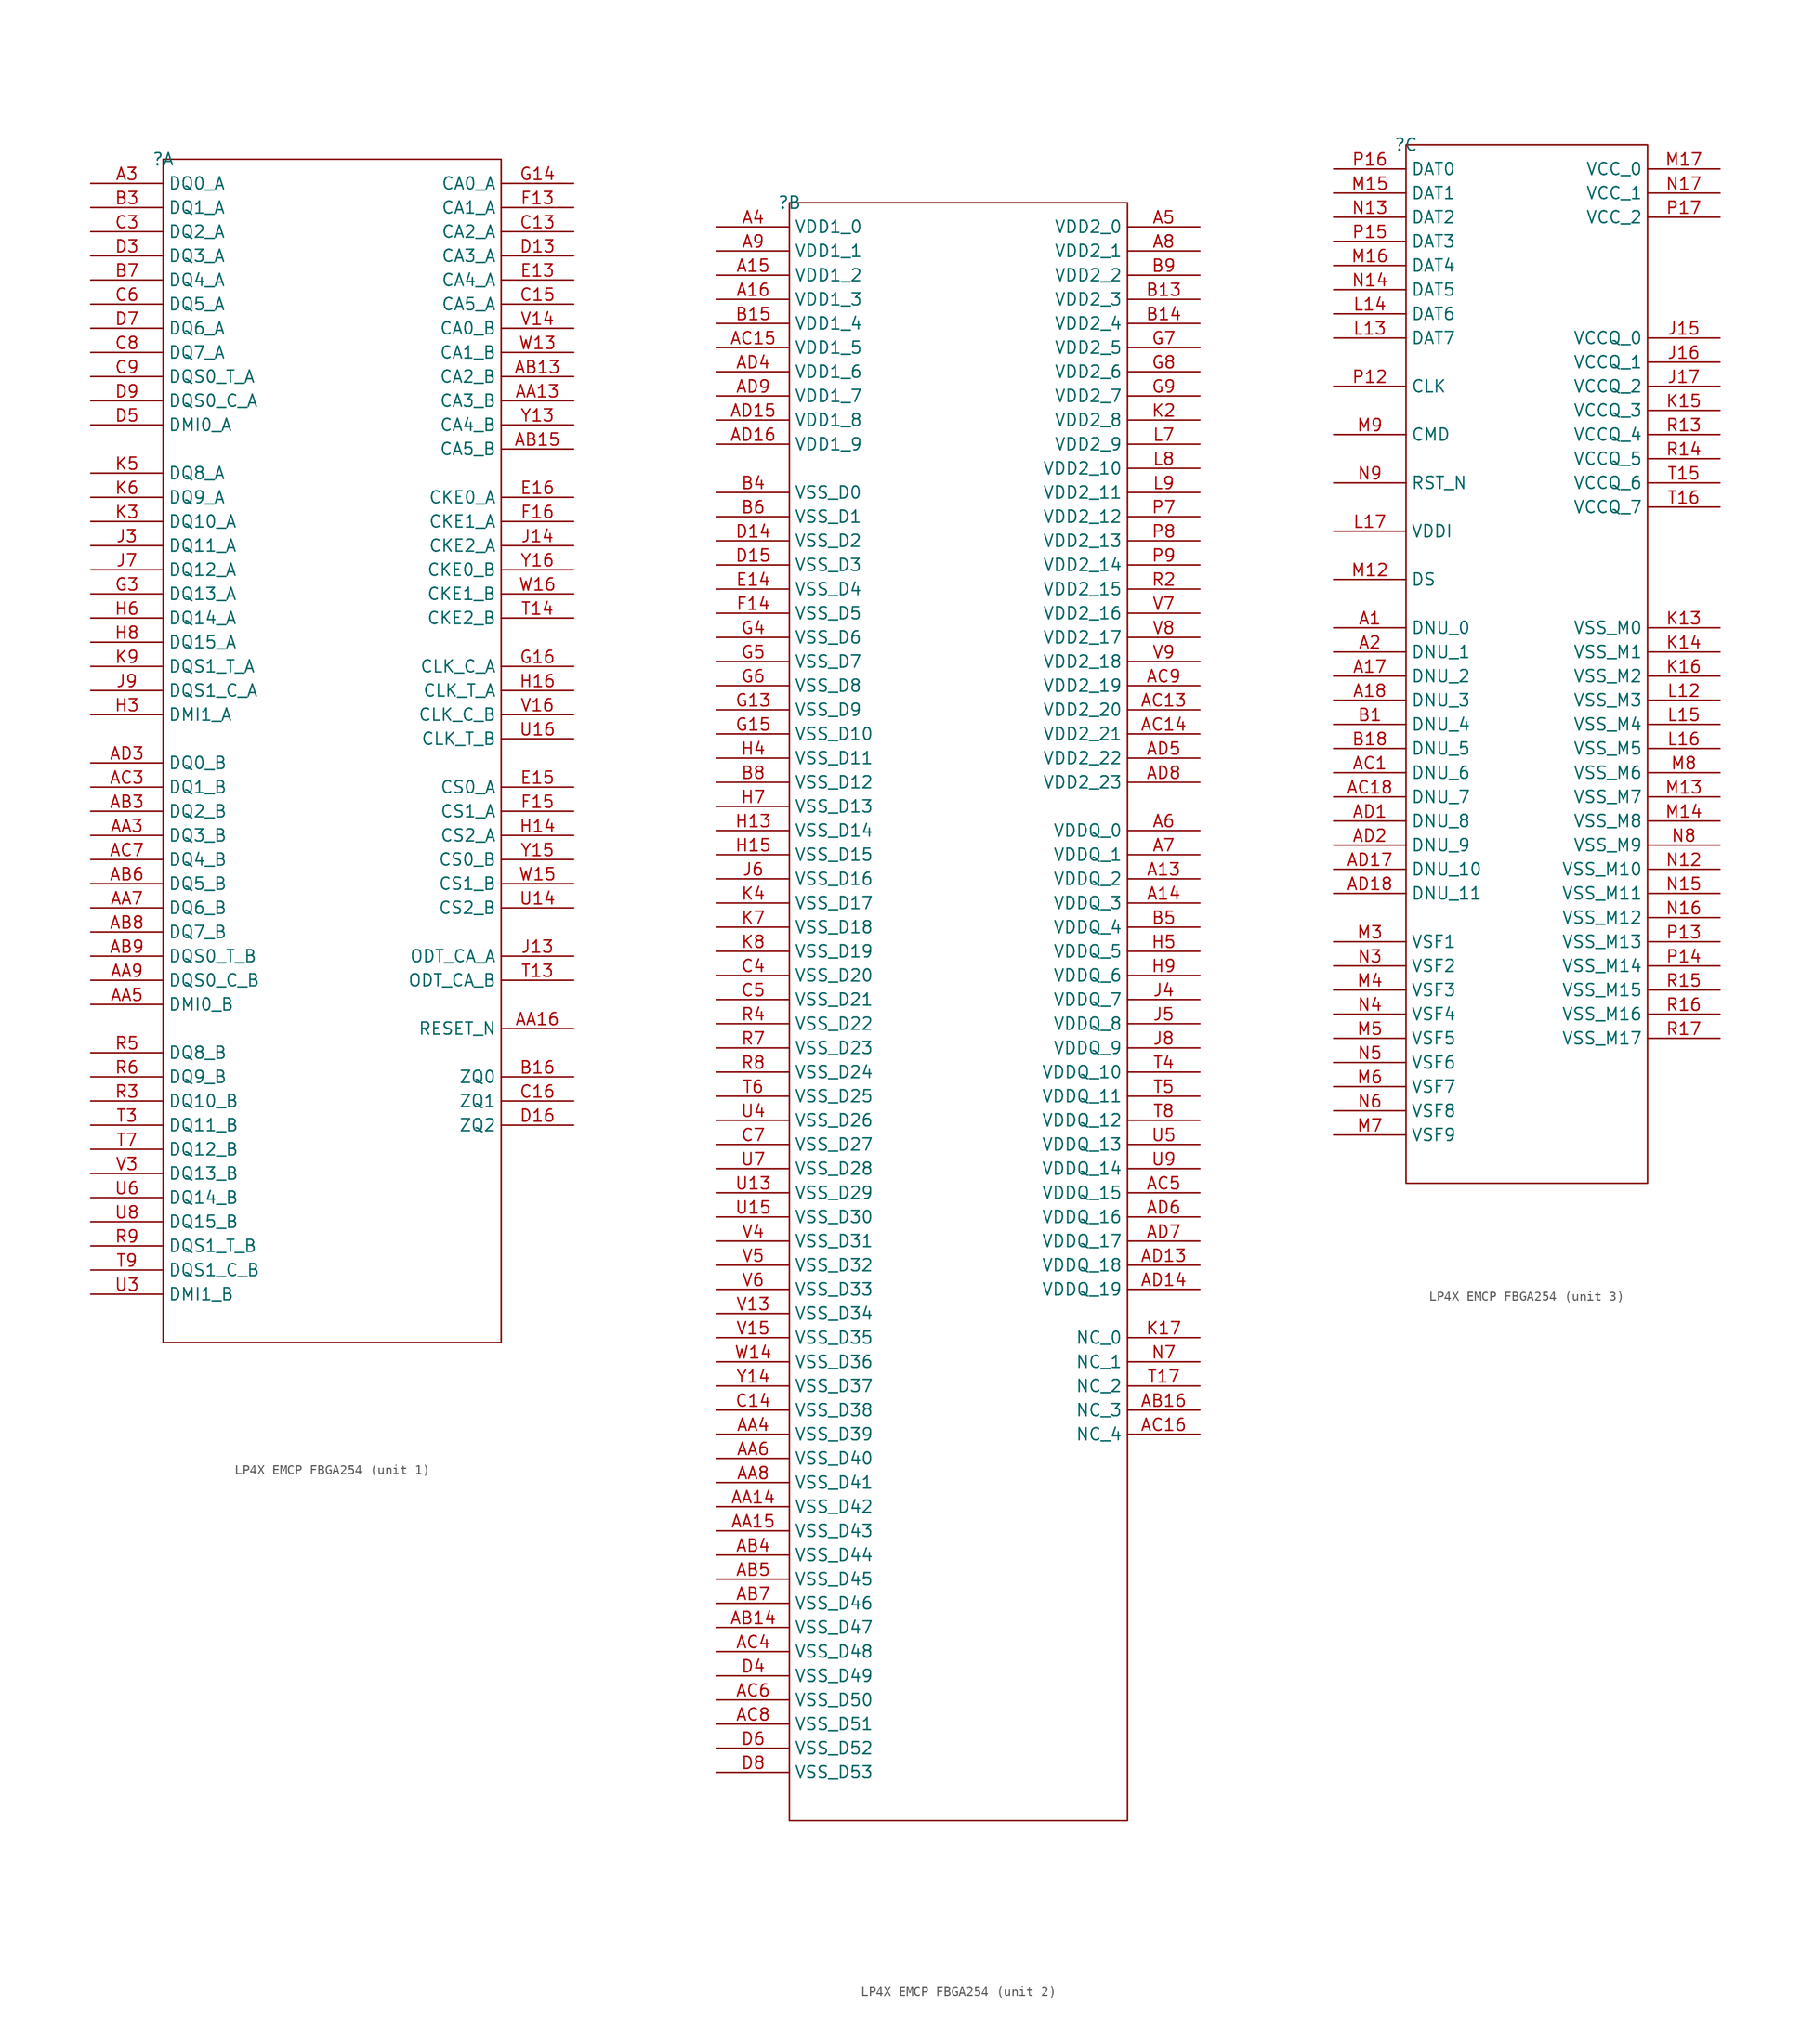
<source format=kicad_sym>
(kicad_symbol_lib
  (version 20231120)
  (generator "kicad_symbol_editor")
  (generator_version "8.0")
  (symbol "LP4X EMCP FBGA254"
    (property "Reference" ""
      (at 0 0 0)
      (effects (font (size 1.27 1.27))))
    (property "Value" ""
      (at 0 0 0)
      (effects (font (size 1.27 1.27))))
    (symbol "LP4X EMCP FBGA254_1_0"
      (rectangle (start 0 -124.46) (end 35.56 0) (stroke (width 0) (type default)) (fill (type none)))
      (pin unspecified line (at -7.62 -2.54 0) (length 7.62) (name "DQ0_A" (effects (font (size 1.27 1.27)))) (number "A3" (effects (font (size 1.27 1.27)))))
      (pin unspecified line (at 43.18 -25.4 180) (length 7.62) (name "CA3_B" (effects (font (size 1.27 1.27)))) (number "AA13" (effects (font (size 1.27 1.27)))))
      (pin unspecified line (at 43.18 -91.44 180) (length 7.62) (name "RESET_N" (effects (font (size 1.27 1.27)))) (number "AA16" (effects (font (size 1.27 1.27)))))
      (pin unspecified line (at -7.62 -71.12 0) (length 7.62) (name "DQ3_B" (effects (font (size 1.27 1.27)))) (number "AA3" (effects (font (size 1.27 1.27)))))
      (pin unspecified line (at -7.62 -88.9 0) (length 7.62) (name "DMI0_B" (effects (font (size 1.27 1.27)))) (number "AA5" (effects (font (size 1.27 1.27)))))
      (pin unspecified line (at -7.62 -78.74 0) (length 7.62) (name "DQ6_B" (effects (font (size 1.27 1.27)))) (number "AA7" (effects (font (size 1.27 1.27)))))
      (pin unspecified line (at -7.62 -86.36 0) (length 7.62) (name "DQS0_C_B" (effects (font (size 1.27 1.27)))) (number "AA9" (effects (font (size 1.27 1.27)))))
      (pin unspecified line (at 43.18 -22.86 180) (length 7.62) (name "CA2_B" (effects (font (size 1.27 1.27)))) (number "AB13" (effects (font (size 1.27 1.27)))))
      (pin unspecified line (at 43.18 -30.48 180) (length 7.62) (name "CA5_B" (effects (font (size 1.27 1.27)))) (number "AB15" (effects (font (size 1.27 1.27)))))
      (pin unspecified line (at -7.62 -68.58 0) (length 7.62) (name "DQ2_B" (effects (font (size 1.27 1.27)))) (number "AB3" (effects (font (size 1.27 1.27)))))
      (pin unspecified line (at -7.62 -76.2 0) (length 7.62) (name "DQ5_B" (effects (font (size 1.27 1.27)))) (number "AB6" (effects (font (size 1.27 1.27)))))
      (pin unspecified line (at -7.62 -81.28 0) (length 7.62) (name "DQ7_B" (effects (font (size 1.27 1.27)))) (number "AB8" (effects (font (size 1.27 1.27)))))
      (pin unspecified line (at -7.62 -83.82 0) (length 7.62) (name "DQS0_T_B" (effects (font (size 1.27 1.27)))) (number "AB9" (effects (font (size 1.27 1.27)))))
      (pin unspecified line (at -7.62 -66.04 0) (length 7.62) (name "DQ1_B" (effects (font (size 1.27 1.27)))) (number "AC3" (effects (font (size 1.27 1.27)))))
      (pin unspecified line (at -7.62 -73.66 0) (length 7.62) (name "DQ4_B" (effects (font (size 1.27 1.27)))) (number "AC7" (effects (font (size 1.27 1.27)))))
      (pin unspecified line (at -7.62 -63.5 0) (length 7.62) (name "DQ0_B" (effects (font (size 1.27 1.27)))) (number "AD3" (effects (font (size 1.27 1.27)))))
      (pin unspecified line (at 43.18 -96.52 180) (length 7.62) (name "ZQ0" (effects (font (size 1.27 1.27)))) (number "B16" (effects (font (size 1.27 1.27)))))
      (pin unspecified line (at -7.62 -5.08 0) (length 7.62) (name "DQ1_A" (effects (font (size 1.27 1.27)))) (number "B3" (effects (font (size 1.27 1.27)))))
      (pin unspecified line (at -7.62 -12.7 0) (length 7.62) (name "DQ4_A" (effects (font (size 1.27 1.27)))) (number "B7" (effects (font (size 1.27 1.27)))))
      (pin unspecified line (at 43.18 -7.62 180) (length 7.62) (name "CA2_A" (effects (font (size 1.27 1.27)))) (number "C13" (effects (font (size 1.27 1.27)))))
      (pin unspecified line (at 43.18 -15.24 180) (length 7.62) (name "CA5_A" (effects (font (size 1.27 1.27)))) (number "C15" (effects (font (size 1.27 1.27)))))
      (pin unspecified line (at 43.18 -99.06 180) (length 7.62) (name "ZQ1" (effects (font (size 1.27 1.27)))) (number "C16" (effects (font (size 1.27 1.27)))))
      (pin unspecified line (at -7.62 -7.62 0) (length 7.62) (name "DQ2_A" (effects (font (size 1.27 1.27)))) (number "C3" (effects (font (size 1.27 1.27)))))
      (pin unspecified line (at -7.62 -15.24 0) (length 7.62) (name "DQ5_A" (effects (font (size 1.27 1.27)))) (number "C6" (effects (font (size 1.27 1.27)))))
      (pin unspecified line (at -7.62 -20.32 0) (length 7.62) (name "DQ7_A" (effects (font (size 1.27 1.27)))) (number "C8" (effects (font (size 1.27 1.27)))))
      (pin unspecified line (at -7.62 -22.86 0) (length 7.62) (name "DQS0_T_A" (effects (font (size 1.27 1.27)))) (number "C9" (effects (font (size 1.27 1.27)))))
      (pin unspecified line (at 43.18 -10.16 180) (length 7.62) (name "CA3_A" (effects (font (size 1.27 1.27)))) (number "D13" (effects (font (size 1.27 1.27)))))
      (pin unspecified line (at 43.18 -101.6 180) (length 7.62) (name "ZQ2" (effects (font (size 1.27 1.27)))) (number "D16" (effects (font (size 1.27 1.27)))))
      (pin unspecified line (at -7.62 -10.16 0) (length 7.62) (name "DQ3_A" (effects (font (size 1.27 1.27)))) (number "D3" (effects (font (size 1.27 1.27)))))
      (pin unspecified line (at -7.62 -27.94 0) (length 7.62) (name "DMI0_A" (effects (font (size 1.27 1.27)))) (number "D5" (effects (font (size 1.27 1.27)))))
      (pin unspecified line (at -7.62 -17.78 0) (length 7.62) (name "DQ6_A" (effects (font (size 1.27 1.27)))) (number "D7" (effects (font (size 1.27 1.27)))))
      (pin unspecified line (at -7.62 -25.4 0) (length 7.62) (name "DQS0_C_A" (effects (font (size 1.27 1.27)))) (number "D9" (effects (font (size 1.27 1.27)))))
      (pin unspecified line (at 43.18 -12.7 180) (length 7.62) (name "CA4_A" (effects (font (size 1.27 1.27)))) (number "E13" (effects (font (size 1.27 1.27)))))
      (pin unspecified line (at 43.18 -66.04 180) (length 7.62) (name "CS0_A" (effects (font (size 1.27 1.27)))) (number "E15" (effects (font (size 1.27 1.27)))))
      (pin unspecified line (at 43.18 -35.56 180) (length 7.62) (name "CKE0_A" (effects (font (size 1.27 1.27)))) (number "E16" (effects (font (size 1.27 1.27)))))
      (pin unspecified line (at 43.18 -5.08 180) (length 7.62) (name "CA1_A" (effects (font (size 1.27 1.27)))) (number "F13" (effects (font (size 1.27 1.27)))))
      (pin unspecified line (at 43.18 -68.58 180) (length 7.62) (name "CS1_A" (effects (font (size 1.27 1.27)))) (number "F15" (effects (font (size 1.27 1.27)))))
      (pin unspecified line (at 43.18 -38.1 180) (length 7.62) (name "CKE1_A" (effects (font (size 1.27 1.27)))) (number "F16" (effects (font (size 1.27 1.27)))))
      (pin unspecified line (at 43.18 -2.54 180) (length 7.62) (name "CA0_A" (effects (font (size 1.27 1.27)))) (number "G14" (effects (font (size 1.27 1.27)))))
      (pin unspecified line (at 43.18 -53.34 180) (length 7.62) (name "CLK_C_A" (effects (font (size 1.27 1.27)))) (number "G16" (effects (font (size 1.27 1.27)))))
      (pin unspecified line (at -7.62 -45.72 0) (length 7.62) (name "DQ13_A" (effects (font (size 1.27 1.27)))) (number "G3" (effects (font (size 1.27 1.27)))))
      (pin unspecified line (at 43.18 -71.12 180) (length 7.62) (name "CS2_A" (effects (font (size 1.27 1.27)))) (number "H14" (effects (font (size 1.27 1.27)))))
      (pin unspecified line (at 43.18 -55.88 180) (length 7.62) (name "CLK_T_A" (effects (font (size 1.27 1.27)))) (number "H16" (effects (font (size 1.27 1.27)))))
      (pin unspecified line (at -7.62 -58.42 0) (length 7.62) (name "DMI1_A" (effects (font (size 1.27 1.27)))) (number "H3" (effects (font (size 1.27 1.27)))))
      (pin unspecified line (at -7.62 -48.26 0) (length 7.62) (name "DQ14_A" (effects (font (size 1.27 1.27)))) (number "H6" (effects (font (size 1.27 1.27)))))
      (pin unspecified line (at -7.62 -50.8 0) (length 7.62) (name "DQ15_A" (effects (font (size 1.27 1.27)))) (number "H8" (effects (font (size 1.27 1.27)))))
      (pin unspecified line (at 43.18 -83.82 180) (length 7.62) (name "ODT_CA_A" (effects (font (size 1.27 1.27)))) (number "J13" (effects (font (size 1.27 1.27)))))
      (pin unspecified line (at 43.18 -40.64 180) (length 7.62) (name "CKE2_A" (effects (font (size 1.27 1.27)))) (number "J14" (effects (font (size 1.27 1.27)))))
      (pin unspecified line (at -7.62 -40.64 0) (length 7.62) (name "DQ11_A" (effects (font (size 1.27 1.27)))) (number "J3" (effects (font (size 1.27 1.27)))))
      (pin unspecified line (at -7.62 -43.18 0) (length 7.62) (name "DQ12_A" (effects (font (size 1.27 1.27)))) (number "J7" (effects (font (size 1.27 1.27)))))
      (pin unspecified line (at -7.62 -55.88 0) (length 7.62) (name "DQS1_C_A" (effects (font (size 1.27 1.27)))) (number "J9" (effects (font (size 1.27 1.27)))))
      (pin unspecified line (at -7.62 -38.1 0) (length 7.62) (name "DQ10_A" (effects (font (size 1.27 1.27)))) (number "K3" (effects (font (size 1.27 1.27)))))
      (pin unspecified line (at -7.62 -33.02 0) (length 7.62) (name "DQ8_A" (effects (font (size 1.27 1.27)))) (number "K5" (effects (font (size 1.27 1.27)))))
      (pin unspecified line (at -7.62 -35.56 0) (length 7.62) (name "DQ9_A" (effects (font (size 1.27 1.27)))) (number "K6" (effects (font (size 1.27 1.27)))))
      (pin unspecified line (at -7.62 -53.34 0) (length 7.62) (name "DQS1_T_A" (effects (font (size 1.27 1.27)))) (number "K9" (effects (font (size 1.27 1.27)))))
      (pin unspecified line (at -7.62 -99.06 0) (length 7.62) (name "DQ10_B" (effects (font (size 1.27 1.27)))) (number "R3" (effects (font (size 1.27 1.27)))))
      (pin unspecified line (at -7.62 -93.98 0) (length 7.62) (name "DQ8_B" (effects (font (size 1.27 1.27)))) (number "R5" (effects (font (size 1.27 1.27)))))
      (pin unspecified line (at -7.62 -96.52 0) (length 7.62) (name "DQ9_B" (effects (font (size 1.27 1.27)))) (number "R6" (effects (font (size 1.27 1.27)))))
      (pin unspecified line (at -7.62 -114.3 0) (length 7.62) (name "DQS1_T_B" (effects (font (size 1.27 1.27)))) (number "R9" (effects (font (size 1.27 1.27)))))
      (pin unspecified line (at 43.18 -86.36 180) (length 7.62) (name "ODT_CA_B" (effects (font (size 1.27 1.27)))) (number "T13" (effects (font (size 1.27 1.27)))))
      (pin unspecified line (at 43.18 -48.26 180) (length 7.62) (name "CKE2_B" (effects (font (size 1.27 1.27)))) (number "T14" (effects (font (size 1.27 1.27)))))
      (pin unspecified line (at -7.62 -101.6 0) (length 7.62) (name "DQ11_B" (effects (font (size 1.27 1.27)))) (number "T3" (effects (font (size 1.27 1.27)))))
      (pin unspecified line (at -7.62 -104.14 0) (length 7.62) (name "DQ12_B" (effects (font (size 1.27 1.27)))) (number "T7" (effects (font (size 1.27 1.27)))))
      (pin unspecified line (at -7.62 -116.84 0) (length 7.62) (name "DQS1_C_B" (effects (font (size 1.27 1.27)))) (number "T9" (effects (font (size 1.27 1.27)))))
      (pin unspecified line (at 43.18 -78.74 180) (length 7.62) (name "CS2_B" (effects (font (size 1.27 1.27)))) (number "U14" (effects (font (size 1.27 1.27)))))
      (pin unspecified line (at 43.18 -60.96 180) (length 7.62) (name "CLK_T_B" (effects (font (size 1.27 1.27)))) (number "U16" (effects (font (size 1.27 1.27)))))
      (pin unspecified line (at -7.62 -119.38 0) (length 7.62) (name "DMI1_B" (effects (font (size 1.27 1.27)))) (number "U3" (effects (font (size 1.27 1.27)))))
      (pin unspecified line (at -7.62 -109.22 0) (length 7.62) (name "DQ14_B" (effects (font (size 1.27 1.27)))) (number "U6" (effects (font (size 1.27 1.27)))))
      (pin unspecified line (at -7.62 -111.76 0) (length 7.62) (name "DQ15_B" (effects (font (size 1.27 1.27)))) (number "U8" (effects (font (size 1.27 1.27)))))
      (pin unspecified line (at 43.18 -17.78 180) (length 7.62) (name "CA0_B" (effects (font (size 1.27 1.27)))) (number "V14" (effects (font (size 1.27 1.27)))))
      (pin unspecified line (at 43.18 -58.42 180) (length 7.62) (name "CLK_C_B" (effects (font (size 1.27 1.27)))) (number "V16" (effects (font (size 1.27 1.27)))))
      (pin unspecified line (at -7.62 -106.68 0) (length 7.62) (name "DQ13_B" (effects (font (size 1.27 1.27)))) (number "V3" (effects (font (size 1.27 1.27)))))
      (pin unspecified line (at 43.18 -20.32 180) (length 7.62) (name "CA1_B" (effects (font (size 1.27 1.27)))) (number "W13" (effects (font (size 1.27 1.27)))))
      (pin unspecified line (at 43.18 -76.2 180) (length 7.62) (name "CS1_B" (effects (font (size 1.27 1.27)))) (number "W15" (effects (font (size 1.27 1.27)))))
      (pin unspecified line (at 43.18 -45.72 180) (length 7.62) (name "CKE1_B" (effects (font (size 1.27 1.27)))) (number "W16" (effects (font (size 1.27 1.27)))))
      (pin unspecified line (at 43.18 -27.94 180) (length 7.62) (name "CA4_B" (effects (font (size 1.27 1.27)))) (number "Y13" (effects (font (size 1.27 1.27)))))
      (pin unspecified line (at 43.18 -73.66 180) (length 7.62) (name "CS0_B" (effects (font (size 1.27 1.27)))) (number "Y15" (effects (font (size 1.27 1.27)))))
      (pin unspecified line (at 43.18 -43.18 180) (length 7.62) (name "CKE0_B" (effects (font (size 1.27 1.27)))) (number "Y16" (effects (font (size 1.27 1.27))))))
    (symbol "LP4X EMCP FBGA254_2_0"
      (rectangle (start 0 -170.18) (end 35.56 0) (stroke (width 0) (type default)) (fill (type none)))
      (pin unspecified line (at 43.18 -71.12 180) (length 7.62) (name "VDDQ_2" (effects (font (size 1.27 1.27)))) (number "A13" (effects (font (size 1.27 1.27)))))
      (pin unspecified line (at 43.18 -73.66 180) (length 7.62) (name "VDDQ_3" (effects (font (size 1.27 1.27)))) (number "A14" (effects (font (size 1.27 1.27)))))
      (pin unspecified line (at -7.62 -7.62 0) (length 7.62) (name "VDD1_2" (effects (font (size 1.27 1.27)))) (number "A15" (effects (font (size 1.27 1.27)))))
      (pin unspecified line (at -7.62 -10.16 0) (length 7.62) (name "VDD1_3" (effects (font (size 1.27 1.27)))) (number "A16" (effects (font (size 1.27 1.27)))))
      (pin unspecified line (at -7.62 -2.54 0) (length 7.62) (name "VDD1_0" (effects (font (size 1.27 1.27)))) (number "A4" (effects (font (size 1.27 1.27)))))
      (pin unspecified line (at 43.18 -2.54 180) (length 7.62) (name "VDD2_0" (effects (font (size 1.27 1.27)))) (number "A5" (effects (font (size 1.27 1.27)))))
      (pin unspecified line (at 43.18 -66.04 180) (length 7.62) (name "VDDQ_0" (effects (font (size 1.27 1.27)))) (number "A6" (effects (font (size 1.27 1.27)))))
      (pin unspecified line (at 43.18 -68.58 180) (length 7.62) (name "VDDQ_1" (effects (font (size 1.27 1.27)))) (number "A7" (effects (font (size 1.27 1.27)))))
      (pin unspecified line (at 43.18 -5.08 180) (length 7.62) (name "VDD2_1" (effects (font (size 1.27 1.27)))) (number "A8" (effects (font (size 1.27 1.27)))))
      (pin unspecified line (at -7.62 -5.08 0) (length 7.62) (name "VDD1_1" (effects (font (size 1.27 1.27)))) (number "A9" (effects (font (size 1.27 1.27)))))
      (pin unspecified line (at -7.62 -137.16 0) (length 7.62) (name "VSS_D42" (effects (font (size 1.27 1.27)))) (number "AA14" (effects (font (size 1.27 1.27)))))
      (pin unspecified line (at -7.62 -139.7 0) (length 7.62) (name "VSS_D43" (effects (font (size 1.27 1.27)))) (number "AA15" (effects (font (size 1.27 1.27)))))
      (pin unspecified line (at -7.62 -129.54 0) (length 7.62) (name "VSS_D39" (effects (font (size 1.27 1.27)))) (number "AA4" (effects (font (size 1.27 1.27)))))
      (pin unspecified line (at -7.62 -132.08 0) (length 7.62) (name "VSS_D40" (effects (font (size 1.27 1.27)))) (number "AA6" (effects (font (size 1.27 1.27)))))
      (pin unspecified line (at -7.62 -134.62 0) (length 7.62) (name "VSS_D41" (effects (font (size 1.27 1.27)))) (number "AA8" (effects (font (size 1.27 1.27)))))
      (pin unspecified line (at -7.62 -149.86 0) (length 7.62) (name "VSS_D47" (effects (font (size 1.27 1.27)))) (number "AB14" (effects (font (size 1.27 1.27)))))
      (pin unspecified line (at 43.18 -127 180) (length 7.62) (name "NC_3" (effects (font (size 1.27 1.27)))) (number "AB16" (effects (font (size 1.27 1.27)))))
      (pin unspecified line (at -7.62 -142.24 0) (length 7.62) (name "VSS_D44" (effects (font (size 1.27 1.27)))) (number "AB4" (effects (font (size 1.27 1.27)))))
      (pin unspecified line (at -7.62 -144.78 0) (length 7.62) (name "VSS_D45" (effects (font (size 1.27 1.27)))) (number "AB5" (effects (font (size 1.27 1.27)))))
      (pin unspecified line (at -7.62 -147.32 0) (length 7.62) (name "VSS_D46" (effects (font (size 1.27 1.27)))) (number "AB7" (effects (font (size 1.27 1.27)))))
      (pin unspecified line (at 43.18 -53.34 180) (length 7.62) (name "VDD2_20" (effects (font (size 1.27 1.27)))) (number "AC13" (effects (font (size 1.27 1.27)))))
      (pin unspecified line (at 43.18 -55.88 180) (length 7.62) (name "VDD2_21" (effects (font (size 1.27 1.27)))) (number "AC14" (effects (font (size 1.27 1.27)))))
      (pin unspecified line (at -7.62 -15.24 0) (length 7.62) (name "VDD1_5" (effects (font (size 1.27 1.27)))) (number "AC15" (effects (font (size 1.27 1.27)))))
      (pin unspecified line (at 43.18 -129.54 180) (length 7.62) (name "NC_4" (effects (font (size 1.27 1.27)))) (number "AC16" (effects (font (size 1.27 1.27)))))
      (pin unspecified line (at -7.62 -152.4 0) (length 7.62) (name "VSS_D48" (effects (font (size 1.27 1.27)))) (number "AC4" (effects (font (size 1.27 1.27)))))
      (pin unspecified line (at 43.18 -104.14 180) (length 7.62) (name "VDDQ_15" (effects (font (size 1.27 1.27)))) (number "AC5" (effects (font (size 1.27 1.27)))))
      (pin unspecified line (at -7.62 -157.48 0) (length 7.62) (name "VSS_D50" (effects (font (size 1.27 1.27)))) (number "AC6" (effects (font (size 1.27 1.27)))))
      (pin unspecified line (at -7.62 -160.02 0) (length 7.62) (name "VSS_D51" (effects (font (size 1.27 1.27)))) (number "AC8" (effects (font (size 1.27 1.27)))))
      (pin unspecified line (at 43.18 -50.8 180) (length 7.62) (name "VDD2_19" (effects (font (size 1.27 1.27)))) (number "AC9" (effects (font (size 1.27 1.27)))))
      (pin unspecified line (at 43.18 -111.76 180) (length 7.62) (name "VDDQ_18" (effects (font (size 1.27 1.27)))) (number "AD13" (effects (font (size 1.27 1.27)))))
      (pin unspecified line (at 43.18 -114.3 180) (length 7.62) (name "VDDQ_19" (effects (font (size 1.27 1.27)))) (number "AD14" (effects (font (size 1.27 1.27)))))
      (pin unspecified line (at -7.62 -22.86 0) (length 7.62) (name "VDD1_8" (effects (font (size 1.27 1.27)))) (number "AD15" (effects (font (size 1.27 1.27)))))
      (pin unspecified line (at -7.62 -25.4 0) (length 7.62) (name "VDD1_9" (effects (font (size 1.27 1.27)))) (number "AD16" (effects (font (size 1.27 1.27)))))
      (pin unspecified line (at -7.62 -17.78 0) (length 7.62) (name "VDD1_6" (effects (font (size 1.27 1.27)))) (number "AD4" (effects (font (size 1.27 1.27)))))
      (pin unspecified line (at 43.18 -58.42 180) (length 7.62) (name "VDD2_22" (effects (font (size 1.27 1.27)))) (number "AD5" (effects (font (size 1.27 1.27)))))
      (pin unspecified line (at 43.18 -106.68 180) (length 7.62) (name "VDDQ_16" (effects (font (size 1.27 1.27)))) (number "AD6" (effects (font (size 1.27 1.27)))))
      (pin unspecified line (at 43.18 -109.22 180) (length 7.62) (name "VDDQ_17" (effects (font (size 1.27 1.27)))) (number "AD7" (effects (font (size 1.27 1.27)))))
      (pin unspecified line (at 43.18 -60.96 180) (length 7.62) (name "VDD2_23" (effects (font (size 1.27 1.27)))) (number "AD8" (effects (font (size 1.27 1.27)))))
      (pin unspecified line (at -7.62 -20.32 0) (length 7.62) (name "VDD1_7" (effects (font (size 1.27 1.27)))) (number "AD9" (effects (font (size 1.27 1.27)))))
      (pin unspecified line (at 43.18 -10.16 180) (length 7.62) (name "VDD2_3" (effects (font (size 1.27 1.27)))) (number "B13" (effects (font (size 1.27 1.27)))))
      (pin unspecified line (at 43.18 -12.7 180) (length 7.62) (name "VDD2_4" (effects (font (size 1.27 1.27)))) (number "B14" (effects (font (size 1.27 1.27)))))
      (pin unspecified line (at -7.62 -12.7 0) (length 7.62) (name "VDD1_4" (effects (font (size 1.27 1.27)))) (number "B15" (effects (font (size 1.27 1.27)))))
      (pin unspecified line (at -7.62 -30.48 0) (length 7.62) (name "VSS_D0" (effects (font (size 1.27 1.27)))) (number "B4" (effects (font (size 1.27 1.27)))))
      (pin unspecified line (at 43.18 -76.2 180) (length 7.62) (name "VDDQ_4" (effects (font (size 1.27 1.27)))) (number "B5" (effects (font (size 1.27 1.27)))))
      (pin unspecified line (at -7.62 -33.02 0) (length 7.62) (name "VSS_D1" (effects (font (size 1.27 1.27)))) (number "B6" (effects (font (size 1.27 1.27)))))
      (pin unspecified line (at -7.62 -60.96 0) (length 7.62) (name "VSS_D12" (effects (font (size 1.27 1.27)))) (number "B8" (effects (font (size 1.27 1.27)))))
      (pin unspecified line (at 43.18 -7.62 180) (length 7.62) (name "VDD2_2" (effects (font (size 1.27 1.27)))) (number "B9" (effects (font (size 1.27 1.27)))))
      (pin unspecified line (at -7.62 -127 0) (length 7.62) (name "VSS_D38" (effects (font (size 1.27 1.27)))) (number "C14" (effects (font (size 1.27 1.27)))))
      (pin unspecified line (at -7.62 -81.28 0) (length 7.62) (name "VSS_D20" (effects (font (size 1.27 1.27)))) (number "C4" (effects (font (size 1.27 1.27)))))
      (pin unspecified line (at -7.62 -83.82 0) (length 7.62) (name "VSS_D21" (effects (font (size 1.27 1.27)))) (number "C5" (effects (font (size 1.27 1.27)))))
      (pin unspecified line (at -7.62 -99.06 0) (length 7.62) (name "VSS_D27" (effects (font (size 1.27 1.27)))) (number "C7" (effects (font (size 1.27 1.27)))))
      (pin unspecified line (at -7.62 -35.56 0) (length 7.62) (name "VSS_D2" (effects (font (size 1.27 1.27)))) (number "D14" (effects (font (size 1.27 1.27)))))
      (pin unspecified line (at -7.62 -38.1 0) (length 7.62) (name "VSS_D3" (effects (font (size 1.27 1.27)))) (number "D15" (effects (font (size 1.27 1.27)))))
      (pin unspecified line (at -7.62 -154.94 0) (length 7.62) (name "VSS_D49" (effects (font (size 1.27 1.27)))) (number "D4" (effects (font (size 1.27 1.27)))))
      (pin unspecified line (at -7.62 -162.56 0) (length 7.62) (name "VSS_D52" (effects (font (size 1.27 1.27)))) (number "D6" (effects (font (size 1.27 1.27)))))
      (pin unspecified line (at -7.62 -165.1 0) (length 7.62) (name "VSS_D53" (effects (font (size 1.27 1.27)))) (number "D8" (effects (font (size 1.27 1.27)))))
      (pin unspecified line (at -7.62 -40.64 0) (length 7.62) (name "VSS_D4" (effects (font (size 1.27 1.27)))) (number "E14" (effects (font (size 1.27 1.27)))))
      (pin unspecified line (at -7.62 -43.18 0) (length 7.62) (name "VSS_D5" (effects (font (size 1.27 1.27)))) (number "F14" (effects (font (size 1.27 1.27)))))
      (pin unspecified line (at -7.62 -53.34 0) (length 7.62) (name "VSS_D9" (effects (font (size 1.27 1.27)))) (number "G13" (effects (font (size 1.27 1.27)))))
      (pin unspecified line (at -7.62 -55.88 0) (length 7.62) (name "VSS_D10" (effects (font (size 1.27 1.27)))) (number "G15" (effects (font (size 1.27 1.27)))))
      (pin unspecified line (at -7.62 -45.72 0) (length 7.62) (name "VSS_D6" (effects (font (size 1.27 1.27)))) (number "G4" (effects (font (size 1.27 1.27)))))
      (pin unspecified line (at -7.62 -48.26 0) (length 7.62) (name "VSS_D7" (effects (font (size 1.27 1.27)))) (number "G5" (effects (font (size 1.27 1.27)))))
      (pin unspecified line (at -7.62 -50.8 0) (length 7.62) (name "VSS_D8" (effects (font (size 1.27 1.27)))) (number "G6" (effects (font (size 1.27 1.27)))))
      (pin unspecified line (at 43.18 -15.24 180) (length 7.62) (name "VDD2_5" (effects (font (size 1.27 1.27)))) (number "G7" (effects (font (size 1.27 1.27)))))
      (pin unspecified line (at 43.18 -17.78 180) (length 7.62) (name "VDD2_6" (effects (font (size 1.27 1.27)))) (number "G8" (effects (font (size 1.27 1.27)))))
      (pin unspecified line (at 43.18 -20.32 180) (length 7.62) (name "VDD2_7" (effects (font (size 1.27 1.27)))) (number "G9" (effects (font (size 1.27 1.27)))))
      (pin unspecified line (at -7.62 -66.04 0) (length 7.62) (name "VSS_D14" (effects (font (size 1.27 1.27)))) (number "H13" (effects (font (size 1.27 1.27)))))
      (pin unspecified line (at -7.62 -68.58 0) (length 7.62) (name "VSS_D15" (effects (font (size 1.27 1.27)))) (number "H15" (effects (font (size 1.27 1.27)))))
      (pin unspecified line (at -7.62 -58.42 0) (length 7.62) (name "VSS_D11" (effects (font (size 1.27 1.27)))) (number "H4" (effects (font (size 1.27 1.27)))))
      (pin unspecified line (at 43.18 -78.74 180) (length 7.62) (name "VDDQ_5" (effects (font (size 1.27 1.27)))) (number "H5" (effects (font (size 1.27 1.27)))))
      (pin unspecified line (at -7.62 -63.5 0) (length 7.62) (name "VSS_D13" (effects (font (size 1.27 1.27)))) (number "H7" (effects (font (size 1.27 1.27)))))
      (pin unspecified line (at 43.18 -81.28 180) (length 7.62) (name "VDDQ_6" (effects (font (size 1.27 1.27)))) (number "H9" (effects (font (size 1.27 1.27)))))
      (pin unspecified line (at 43.18 -83.82 180) (length 7.62) (name "VDDQ_7" (effects (font (size 1.27 1.27)))) (number "J4" (effects (font (size 1.27 1.27)))))
      (pin unspecified line (at 43.18 -86.36 180) (length 7.62) (name "VDDQ_8" (effects (font (size 1.27 1.27)))) (number "J5" (effects (font (size 1.27 1.27)))))
      (pin unspecified line (at -7.62 -71.12 0) (length 7.62) (name "VSS_D16" (effects (font (size 1.27 1.27)))) (number "J6" (effects (font (size 1.27 1.27)))))
      (pin unspecified line (at 43.18 -88.9 180) (length 7.62) (name "VDDQ_9" (effects (font (size 1.27 1.27)))) (number "J8" (effects (font (size 1.27 1.27)))))
      (pin unspecified line (at 43.18 -119.38 180) (length 7.62) (name "NC_0" (effects (font (size 1.27 1.27)))) (number "K17" (effects (font (size 1.27 1.27)))))
      (pin unspecified line (at 43.18 -22.86 180) (length 7.62) (name "VDD2_8" (effects (font (size 1.27 1.27)))) (number "K2" (effects (font (size 1.27 1.27)))))
      (pin unspecified line (at -7.62 -73.66 0) (length 7.62) (name "VSS_D17" (effects (font (size 1.27 1.27)))) (number "K4" (effects (font (size 1.27 1.27)))))
      (pin unspecified line (at -7.62 -76.2 0) (length 7.62) (name "VSS_D18" (effects (font (size 1.27 1.27)))) (number "K7" (effects (font (size 1.27 1.27)))))
      (pin unspecified line (at -7.62 -78.74 0) (length 7.62) (name "VSS_D19" (effects (font (size 1.27 1.27)))) (number "K8" (effects (font (size 1.27 1.27)))))
      (pin unspecified line (at 43.18 -25.4 180) (length 7.62) (name "VDD2_9" (effects (font (size 1.27 1.27)))) (number "L7" (effects (font (size 1.27 1.27)))))
      (pin unspecified line (at 43.18 -27.94 180) (length 7.62) (name "VDD2_10" (effects (font (size 1.27 1.27)))) (number "L8" (effects (font (size 1.27 1.27)))))
      (pin unspecified line (at 43.18 -30.48 180) (length 7.62) (name "VDD2_11" (effects (font (size 1.27 1.27)))) (number "L9" (effects (font (size 1.27 1.27)))))
      (pin unspecified line (at 43.18 -121.92 180) (length 7.62) (name "NC_1" (effects (font (size 1.27 1.27)))) (number "N7" (effects (font (size 1.27 1.27)))))
      (pin unspecified line (at 43.18 -33.02 180) (length 7.62) (name "VDD2_12" (effects (font (size 1.27 1.27)))) (number "P7" (effects (font (size 1.27 1.27)))))
      (pin unspecified line (at 43.18 -35.56 180) (length 7.62) (name "VDD2_13" (effects (font (size 1.27 1.27)))) (number "P8" (effects (font (size 1.27 1.27)))))
      (pin unspecified line (at 43.18 -38.1 180) (length 7.62) (name "VDD2_14" (effects (font (size 1.27 1.27)))) (number "P9" (effects (font (size 1.27 1.27)))))
      (pin unspecified line (at 43.18 -40.64 180) (length 7.62) (name "VDD2_15" (effects (font (size 1.27 1.27)))) (number "R2" (effects (font (size 1.27 1.27)))))
      (pin unspecified line (at -7.62 -86.36 0) (length 7.62) (name "VSS_D22" (effects (font (size 1.27 1.27)))) (number "R4" (effects (font (size 1.27 1.27)))))
      (pin unspecified line (at -7.62 -88.9 0) (length 7.62) (name "VSS_D23" (effects (font (size 1.27 1.27)))) (number "R7" (effects (font (size 1.27 1.27)))))
      (pin unspecified line (at -7.62 -91.44 0) (length 7.62) (name "VSS_D24" (effects (font (size 1.27 1.27)))) (number "R8" (effects (font (size 1.27 1.27)))))
      (pin unspecified line (at 43.18 -124.46 180) (length 7.62) (name "NC_2" (effects (font (size 1.27 1.27)))) (number "T17" (effects (font (size 1.27 1.27)))))
      (pin unspecified line (at 43.18 -91.44 180) (length 7.62) (name "VDDQ_10" (effects (font (size 1.27 1.27)))) (number "T4" (effects (font (size 1.27 1.27)))))
      (pin unspecified line (at 43.18 -93.98 180) (length 7.62) (name "VDDQ_11" (effects (font (size 1.27 1.27)))) (number "T5" (effects (font (size 1.27 1.27)))))
      (pin unspecified line (at -7.62 -93.98 0) (length 7.62) (name "VSS_D25" (effects (font (size 1.27 1.27)))) (number "T6" (effects (font (size 1.27 1.27)))))
      (pin unspecified line (at 43.18 -96.52 180) (length 7.62) (name "VDDQ_12" (effects (font (size 1.27 1.27)))) (number "T8" (effects (font (size 1.27 1.27)))))
      (pin unspecified line (at -7.62 -104.14 0) (length 7.62) (name "VSS_D29" (effects (font (size 1.27 1.27)))) (number "U13" (effects (font (size 1.27 1.27)))))
      (pin unspecified line (at -7.62 -106.68 0) (length 7.62) (name "VSS_D30" (effects (font (size 1.27 1.27)))) (number "U15" (effects (font (size 1.27 1.27)))))
      (pin unspecified line (at -7.62 -96.52 0) (length 7.62) (name "VSS_D26" (effects (font (size 1.27 1.27)))) (number "U4" (effects (font (size 1.27 1.27)))))
      (pin unspecified line (at 43.18 -99.06 180) (length 7.62) (name "VDDQ_13" (effects (font (size 1.27 1.27)))) (number "U5" (effects (font (size 1.27 1.27)))))
      (pin unspecified line (at -7.62 -101.6 0) (length 7.62) (name "VSS_D28" (effects (font (size 1.27 1.27)))) (number "U7" (effects (font (size 1.27 1.27)))))
      (pin unspecified line (at 43.18 -101.6 180) (length 7.62) (name "VDDQ_14" (effects (font (size 1.27 1.27)))) (number "U9" (effects (font (size 1.27 1.27)))))
      (pin unspecified line (at -7.62 -116.84 0) (length 7.62) (name "VSS_D34" (effects (font (size 1.27 1.27)))) (number "V13" (effects (font (size 1.27 1.27)))))
      (pin unspecified line (at -7.62 -119.38 0) (length 7.62) (name "VSS_D35" (effects (font (size 1.27 1.27)))) (number "V15" (effects (font (size 1.27 1.27)))))
      (pin unspecified line (at -7.62 -109.22 0) (length 7.62) (name "VSS_D31" (effects (font (size 1.27 1.27)))) (number "V4" (effects (font (size 1.27 1.27)))))
      (pin unspecified line (at -7.62 -111.76 0) (length 7.62) (name "VSS_D32" (effects (font (size 1.27 1.27)))) (number "V5" (effects (font (size 1.27 1.27)))))
      (pin unspecified line (at -7.62 -114.3 0) (length 7.62) (name "VSS_D33" (effects (font (size 1.27 1.27)))) (number "V6" (effects (font (size 1.27 1.27)))))
      (pin unspecified line (at 43.18 -43.18 180) (length 7.62) (name "VDD2_16" (effects (font (size 1.27 1.27)))) (number "V7" (effects (font (size 1.27 1.27)))))
      (pin unspecified line (at 43.18 -45.72 180) (length 7.62) (name "VDD2_17" (effects (font (size 1.27 1.27)))) (number "V8" (effects (font (size 1.27 1.27)))))
      (pin unspecified line (at 43.18 -48.26 180) (length 7.62) (name "VDD2_18" (effects (font (size 1.27 1.27)))) (number "V9" (effects (font (size 1.27 1.27)))))
      (pin unspecified line (at -7.62 -121.92 0) (length 7.62) (name "VSS_D36" (effects (font (size 1.27 1.27)))) (number "W14" (effects (font (size 1.27 1.27)))))
      (pin unspecified line (at -7.62 -124.46 0) (length 7.62) (name "VSS_D37" (effects (font (size 1.27 1.27)))) (number "Y14" (effects (font (size 1.27 1.27))))))
    (symbol "LP4X EMCP FBGA254_3_0"
      (rectangle (start 0 -109.22) (end 25.4 0) (stroke (width 0) (type default)) (fill (type none)))
      (pin unspecified line (at -7.62 -50.8 0) (length 7.62) (name "DNU_0" (effects (font (size 1.27 1.27)))) (number "A1" (effects (font (size 1.27 1.27)))))
      (pin unspecified line (at -7.62 -55.88 0) (length 7.62) (name "DNU_2" (effects (font (size 1.27 1.27)))) (number "A17" (effects (font (size 1.27 1.27)))))
      (pin unspecified line (at -7.62 -58.42 0) (length 7.62) (name "DNU_3" (effects (font (size 1.27 1.27)))) (number "A18" (effects (font (size 1.27 1.27)))))
      (pin unspecified line (at -7.62 -53.34 0) (length 7.62) (name "DNU_1" (effects (font (size 1.27 1.27)))) (number "A2" (effects (font (size 1.27 1.27)))))
      (pin unspecified line (at -7.62 -66.04 0) (length 7.62) (name "DNU_6" (effects (font (size 1.27 1.27)))) (number "AC1" (effects (font (size 1.27 1.27)))))
      (pin unspecified line (at -7.62 -68.58 0) (length 7.62) (name "DNU_7" (effects (font (size 1.27 1.27)))) (number "AC18" (effects (font (size 1.27 1.27)))))
      (pin unspecified line (at -7.62 -71.12 0) (length 7.62) (name "DNU_8" (effects (font (size 1.27 1.27)))) (number "AD1" (effects (font (size 1.27 1.27)))))
      (pin unspecified line (at -7.62 -76.2 0) (length 7.62) (name "DNU_10" (effects (font (size 1.27 1.27)))) (number "AD17" (effects (font (size 1.27 1.27)))))
      (pin unspecified line (at -7.62 -78.74 0) (length 7.62) (name "DNU_11" (effects (font (size 1.27 1.27)))) (number "AD18" (effects (font (size 1.27 1.27)))))
      (pin unspecified line (at -7.62 -73.66 0) (length 7.62) (name "DNU_9" (effects (font (size 1.27 1.27)))) (number "AD2" (effects (font (size 1.27 1.27)))))
      (pin unspecified line (at -7.62 -60.96 0) (length 7.62) (name "DNU_4" (effects (font (size 1.27 1.27)))) (number "B1" (effects (font (size 1.27 1.27)))))
      (pin unspecified line (at -7.62 -63.5 0) (length 7.62) (name "DNU_5" (effects (font (size 1.27 1.27)))) (number "B18" (effects (font (size 1.27 1.27)))))
      (pin unspecified line (at 33.02 -20.32 180) (length 7.62) (name "VCCQ_0" (effects (font (size 1.27 1.27)))) (number "J15" (effects (font (size 1.27 1.27)))))
      (pin unspecified line (at 33.02 -22.86 180) (length 7.62) (name "VCCQ_1" (effects (font (size 1.27 1.27)))) (number "J16" (effects (font (size 1.27 1.27)))))
      (pin unspecified line (at 33.02 -25.4 180) (length 7.62) (name "VCCQ_2" (effects (font (size 1.27 1.27)))) (number "J17" (effects (font (size 1.27 1.27)))))
      (pin unspecified line (at 33.02 -50.8 180) (length 7.62) (name "VSS_M0" (effects (font (size 1.27 1.27)))) (number "K13" (effects (font (size 1.27 1.27)))))
      (pin unspecified line (at 33.02 -53.34 180) (length 7.62) (name "VSS_M1" (effects (font (size 1.27 1.27)))) (number "K14" (effects (font (size 1.27 1.27)))))
      (pin unspecified line (at 33.02 -27.94 180) (length 7.62) (name "VCCQ_3" (effects (font (size 1.27 1.27)))) (number "K15" (effects (font (size 1.27 1.27)))))
      (pin unspecified line (at 33.02 -55.88 180) (length 7.62) (name "VSS_M2" (effects (font (size 1.27 1.27)))) (number "K16" (effects (font (size 1.27 1.27)))))
      (pin unspecified line (at 33.02 -58.42 180) (length 7.62) (name "VSS_M3" (effects (font (size 1.27 1.27)))) (number "L12" (effects (font (size 1.27 1.27)))))
      (pin unspecified line (at -7.62 -20.32 0) (length 7.62) (name "DAT7" (effects (font (size 1.27 1.27)))) (number "L13" (effects (font (size 1.27 1.27)))))
      (pin unspecified line (at -7.62 -17.78 0) (length 7.62) (name "DAT6" (effects (font (size 1.27 1.27)))) (number "L14" (effects (font (size 1.27 1.27)))))
      (pin unspecified line (at 33.02 -60.96 180) (length 7.62) (name "VSS_M4" (effects (font (size 1.27 1.27)))) (number "L15" (effects (font (size 1.27 1.27)))))
      (pin unspecified line (at 33.02 -63.5 180) (length 7.62) (name "VSS_M5" (effects (font (size 1.27 1.27)))) (number "L16" (effects (font (size 1.27 1.27)))))
      (pin unspecified line (at -7.62 -40.64 0) (length 7.62) (name "VDDI" (effects (font (size 1.27 1.27)))) (number "L17" (effects (font (size 1.27 1.27)))))
      (pin unspecified line (at -7.62 -45.72 0) (length 7.62) (name "DS" (effects (font (size 1.27 1.27)))) (number "M12" (effects (font (size 1.27 1.27)))))
      (pin unspecified line (at 33.02 -68.58 180) (length 7.62) (name "VSS_M7" (effects (font (size 1.27 1.27)))) (number "M13" (effects (font (size 1.27 1.27)))))
      (pin unspecified line (at 33.02 -71.12 180) (length 7.62) (name "VSS_M8" (effects (font (size 1.27 1.27)))) (number "M14" (effects (font (size 1.27 1.27)))))
      (pin unspecified line (at -7.62 -5.08 0) (length 7.62) (name "DAT1" (effects (font (size 1.27 1.27)))) (number "M15" (effects (font (size 1.27 1.27)))))
      (pin unspecified line (at -7.62 -12.7 0) (length 7.62) (name "DAT4" (effects (font (size 1.27 1.27)))) (number "M16" (effects (font (size 1.27 1.27)))))
      (pin unspecified line (at 33.02 -2.54 180) (length 7.62) (name "VCC_0" (effects (font (size 1.27 1.27)))) (number "M17" (effects (font (size 1.27 1.27)))))
      (pin unspecified line (at -7.62 -83.82 0) (length 7.62) (name "VSF1" (effects (font (size 1.27 1.27)))) (number "M3" (effects (font (size 1.27 1.27)))))
      (pin unspecified line (at -7.62 -88.9 0) (length 7.62) (name "VSF3" (effects (font (size 1.27 1.27)))) (number "M4" (effects (font (size 1.27 1.27)))))
      (pin unspecified line (at -7.62 -93.98 0) (length 7.62) (name "VSF5" (effects (font (size 1.27 1.27)))) (number "M5" (effects (font (size 1.27 1.27)))))
      (pin unspecified line (at -7.62 -99.06 0) (length 7.62) (name "VSF7" (effects (font (size 1.27 1.27)))) (number "M6" (effects (font (size 1.27 1.27)))))
      (pin unspecified line (at -7.62 -104.14 0) (length 7.62) (name "VSF9" (effects (font (size 1.27 1.27)))) (number "M7" (effects (font (size 1.27 1.27)))))
      (pin unspecified line (at 33.02 -66.04 180) (length 7.62) (name "VSS_M6" (effects (font (size 1.27 1.27)))) (number "M8" (effects (font (size 1.27 1.27)))))
      (pin unspecified line (at -7.62 -30.48 0) (length 7.62) (name "CMD" (effects (font (size 1.27 1.27)))) (number "M9" (effects (font (size 1.27 1.27)))))
      (pin unspecified line (at 33.02 -76.2 180) (length 7.62) (name "VSS_M10" (effects (font (size 1.27 1.27)))) (number "N12" (effects (font (size 1.27 1.27)))))
      (pin unspecified line (at -7.62 -7.62 0) (length 7.62) (name "DAT2" (effects (font (size 1.27 1.27)))) (number "N13" (effects (font (size 1.27 1.27)))))
      (pin unspecified line (at -7.62 -15.24 0) (length 7.62) (name "DAT5" (effects (font (size 1.27 1.27)))) (number "N14" (effects (font (size 1.27 1.27)))))
      (pin unspecified line (at 33.02 -78.74 180) (length 7.62) (name "VSS_M11" (effects (font (size 1.27 1.27)))) (number "N15" (effects (font (size 1.27 1.27)))))
      (pin unspecified line (at 33.02 -81.28 180) (length 7.62) (name "VSS_M12" (effects (font (size 1.27 1.27)))) (number "N16" (effects (font (size 1.27 1.27)))))
      (pin unspecified line (at 33.02 -5.08 180) (length 7.62) (name "VCC_1" (effects (font (size 1.27 1.27)))) (number "N17" (effects (font (size 1.27 1.27)))))
      (pin unspecified line (at -7.62 -86.36 0) (length 7.62) (name "VSF2" (effects (font (size 1.27 1.27)))) (number "N3" (effects (font (size 1.27 1.27)))))
      (pin unspecified line (at -7.62 -91.44 0) (length 7.62) (name "VSF4" (effects (font (size 1.27 1.27)))) (number "N4" (effects (font (size 1.27 1.27)))))
      (pin unspecified line (at -7.62 -96.52 0) (length 7.62) (name "VSF6" (effects (font (size 1.27 1.27)))) (number "N5" (effects (font (size 1.27 1.27)))))
      (pin unspecified line (at -7.62 -101.6 0) (length 7.62) (name "VSF8" (effects (font (size 1.27 1.27)))) (number "N6" (effects (font (size 1.27 1.27)))))
      (pin unspecified line (at 33.02 -73.66 180) (length 7.62) (name "VSS_M9" (effects (font (size 1.27 1.27)))) (number "N8" (effects (font (size 1.27 1.27)))))
      (pin unspecified line (at -7.62 -35.56 0) (length 7.62) (name "RST_N" (effects (font (size 1.27 1.27)))) (number "N9" (effects (font (size 1.27 1.27)))))
      (pin unspecified line (at -7.62 -25.4 0) (length 7.62) (name "CLK" (effects (font (size 1.27 1.27)))) (number "P12" (effects (font (size 1.27 1.27)))))
      (pin unspecified line (at 33.02 -83.82 180) (length 7.62) (name "VSS_M13" (effects (font (size 1.27 1.27)))) (number "P13" (effects (font (size 1.27 1.27)))))
      (pin unspecified line (at 33.02 -86.36 180) (length 7.62) (name "VSS_M14" (effects (font (size 1.27 1.27)))) (number "P14" (effects (font (size 1.27 1.27)))))
      (pin unspecified line (at -7.62 -10.16 0) (length 7.62) (name "DAT3" (effects (font (size 1.27 1.27)))) (number "P15" (effects (font (size 1.27 1.27)))))
      (pin unspecified line (at -7.62 -2.54 0) (length 7.62) (name "DAT0" (effects (font (size 1.27 1.27)))) (number "P16" (effects (font (size 1.27 1.27)))))
      (pin unspecified line (at 33.02 -7.62 180) (length 7.62) (name "VCC_2" (effects (font (size 1.27 1.27)))) (number "P17" (effects (font (size 1.27 1.27)))))
      (pin unspecified line (at 33.02 -30.48 180) (length 7.62) (name "VCCQ_4" (effects (font (size 1.27 1.27)))) (number "R13" (effects (font (size 1.27 1.27)))))
      (pin unspecified line (at 33.02 -33.02 180) (length 7.62) (name "VCCQ_5" (effects (font (size 1.27 1.27)))) (number "R14" (effects (font (size 1.27 1.27)))))
      (pin unspecified line (at 33.02 -88.9 180) (length 7.62) (name "VSS_M15" (effects (font (size 1.27 1.27)))) (number "R15" (effects (font (size 1.27 1.27)))))
      (pin unspecified line (at 33.02 -91.44 180) (length 7.62) (name "VSS_M16" (effects (font (size 1.27 1.27)))) (number "R16" (effects (font (size 1.27 1.27)))))
      (pin unspecified line (at 33.02 -93.98 180) (length 7.62) (name "VSS_M17" (effects (font (size 1.27 1.27)))) (number "R17" (effects (font (size 1.27 1.27)))))
      (pin unspecified line (at 33.02 -35.56 180) (length 7.62) (name "VCCQ_6" (effects (font (size 1.27 1.27)))) (number "T15" (effects (font (size 1.27 1.27)))))
      (pin unspecified line (at 33.02 -38.1 180) (length 7.62) (name "VCCQ_7" (effects (font (size 1.27 1.27)))) (number "T16" (effects (font (size 1.27 1.27))))))))
</source>
